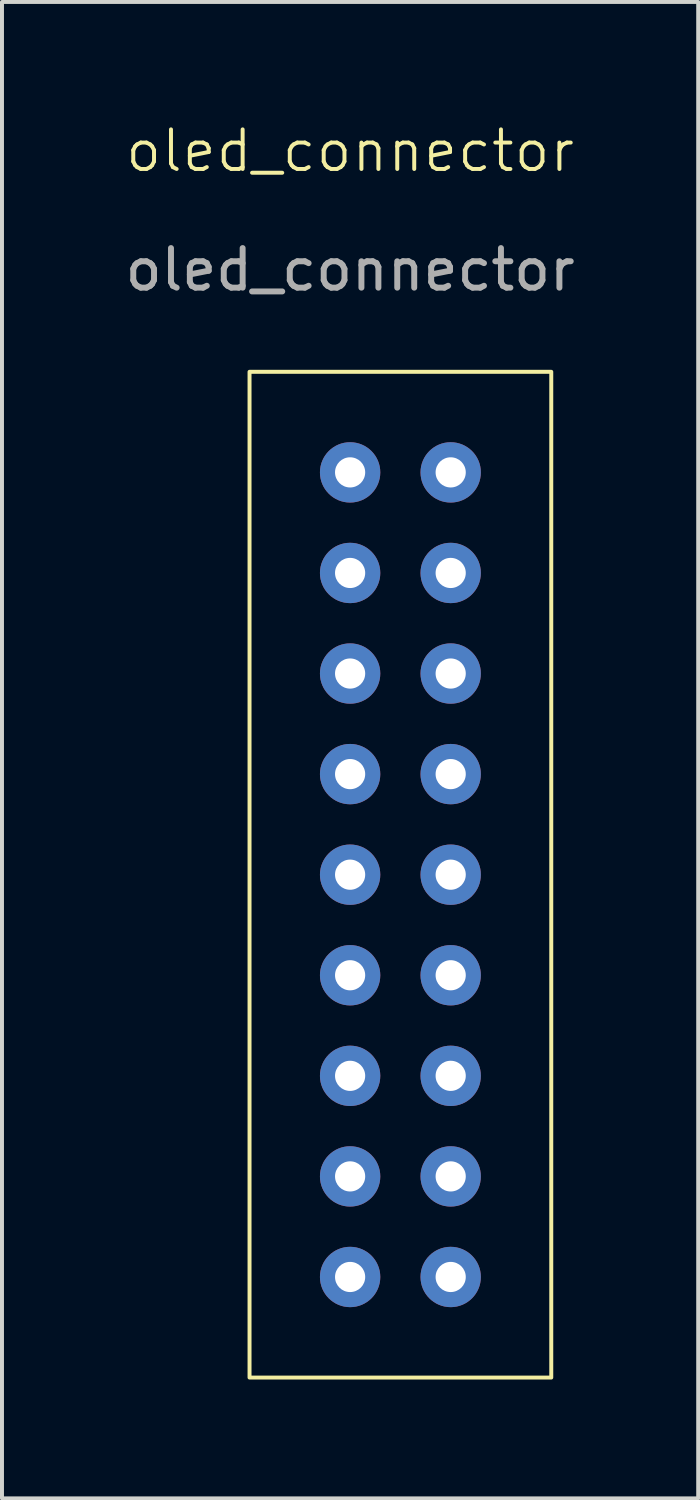
<source format=kicad_pcb>
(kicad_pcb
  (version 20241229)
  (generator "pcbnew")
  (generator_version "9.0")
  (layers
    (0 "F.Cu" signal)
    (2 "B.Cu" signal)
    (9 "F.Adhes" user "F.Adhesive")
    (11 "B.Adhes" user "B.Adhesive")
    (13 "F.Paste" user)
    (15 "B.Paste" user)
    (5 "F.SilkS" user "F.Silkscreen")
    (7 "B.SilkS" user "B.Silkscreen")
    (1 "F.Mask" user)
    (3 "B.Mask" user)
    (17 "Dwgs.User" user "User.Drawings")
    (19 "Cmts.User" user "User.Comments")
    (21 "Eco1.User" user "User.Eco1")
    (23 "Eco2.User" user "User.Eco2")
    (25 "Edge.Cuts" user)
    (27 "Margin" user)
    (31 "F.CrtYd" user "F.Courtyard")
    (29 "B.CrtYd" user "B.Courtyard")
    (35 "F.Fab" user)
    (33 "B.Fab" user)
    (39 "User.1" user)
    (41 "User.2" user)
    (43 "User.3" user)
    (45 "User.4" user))
  (footprint "oled_connector"
    (layer "F.Cu")
    (at 5.792 1.26)
    (property "Reference" "oled_connector" (at 0 -0.5 0) (unlocked yes) (layer "F.SilkS") (effects (font (size 1 1) (thickness 0.1))))
    (attr through_hole)
    (fp_rect (start -2.54 5.08) (end 5.08 30.48) (stroke (width 0.1) (type default)) (fill no) (layer "F.SilkS"))
    (fp_text user "${REFERENCE}" (at 0 2.5 0) (unlocked yes) (layer "F.Fab") (effects (font (size 1 1) (thickness 0.15))))
    (pad "1" thru_hole circle (at 2.54 27.94) (size 1.524 1.524) (drill 0.762) (layers "*.Cu" "*.Mask"))
    (pad "2" thru_hole circle (at 0 27.94) (size 1.524 1.524) (drill 0.762) (layers "*.Cu" "*.Mask"))
    (pad "3" thru_hole circle (at 2.54 25.4) (size 1.524 1.524) (drill 0.762) (layers "*.Cu" "*.Mask"))
    (pad "4" thru_hole circle (at 0 25.4) (size 1.524 1.524) (drill 0.762) (layers "*.Cu" "*.Mask"))
    (pad "5" thru_hole circle (at 2.54 22.86) (size 1.524 1.524) (drill 0.762) (layers "*.Cu" "*.Mask"))
    (pad "6" thru_hole circle (at 0 22.86) (size 1.524 1.524) (drill 0.762) (layers "*.Cu" "*.Mask"))
    (pad "7" thru_hole circle (at 2.54 20.32) (size 1.524 1.524) (drill 0.762) (layers "*.Cu" "*.Mask"))
    (pad "8" thru_hole circle (at 0 20.32) (size 1.524 1.524) (drill 0.762) (layers "*.Cu" "*.Mask"))
    (pad "9" thru_hole circle (at 2.54 17.78) (size 1.524 1.524) (drill 0.762) (layers "*.Cu" "*.Mask"))
    (pad "10" thru_hole circle (at 0 17.78) (size 1.524 1.524) (drill 0.762) (layers "*.Cu" "*.Mask"))
    (pad "11" thru_hole circle (at 2.54 15.24) (size 1.524 1.524) (drill 0.762) (layers "*.Cu" "*.Mask"))
    (pad "12" thru_hole circle (at 0 15.24) (size 1.524 1.524) (drill 0.762) (layers "*.Cu" "*.Mask"))
    (pad "13" thru_hole circle (at 2.54 12.7) (size 1.524 1.524) (drill 0.762) (layers "*.Cu" "*.Mask"))
    (pad "14" thru_hole circle (at 0 12.7) (size 1.524 1.524) (drill 0.762) (layers "*.Cu" "*.Mask"))
    (pad "15" thru_hole circle (at 2.54 10.16) (size 1.524 1.524) (drill 0.762) (layers "*.Cu" "*.Mask"))
    (pad "16" thru_hole circle (at 0 10.16) (size 1.524 1.524) (drill 0.762) (layers "*.Cu" "*.Mask"))
    (pad "17" thru_hole circle (at 2.54 7.62) (size 1.524 1.524) (drill 0.762) (layers "*.Cu" "*.Mask"))
    (pad "18" thru_hole circle (at 0 7.62) (size 1.524 1.524) (drill 0.762) (layers "*.Cu" "*.Mask")))
  (gr_rect
    (start -3 -3)
    (end 14.583 34.791)
    (stroke (width 0.1) (type default))
    (fill no)
    (layer "Edge.Cuts")))
</source>
